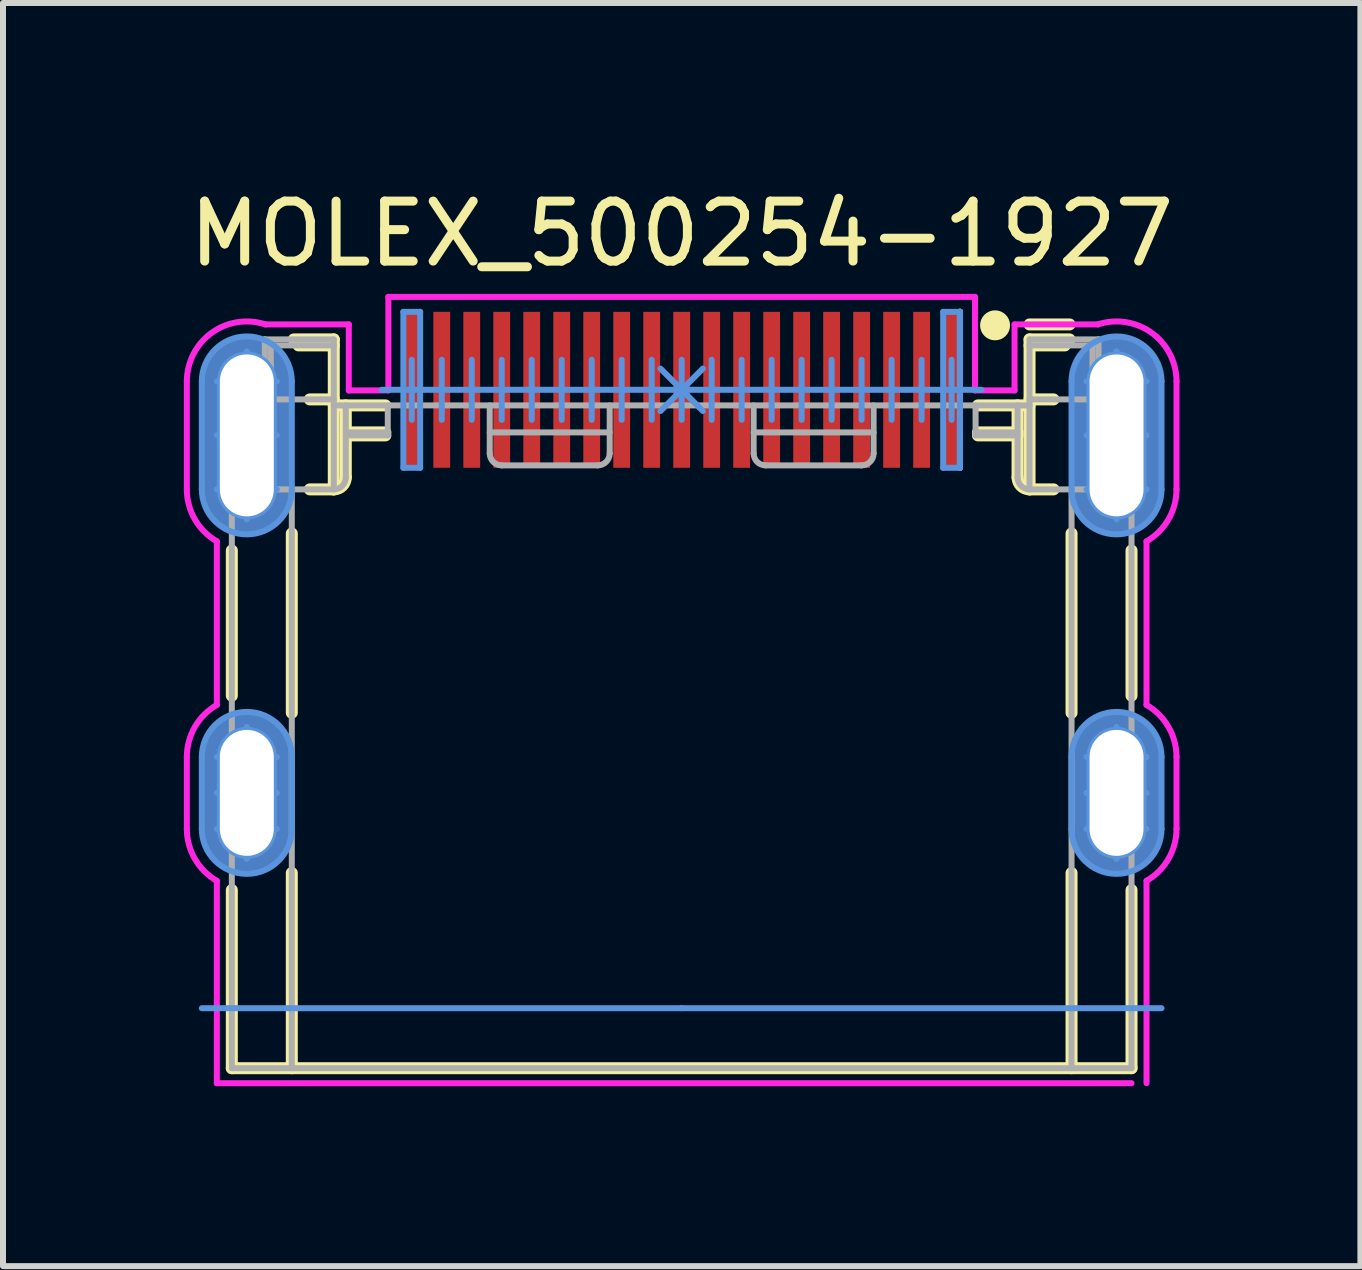
<source format=kicad_pcb>
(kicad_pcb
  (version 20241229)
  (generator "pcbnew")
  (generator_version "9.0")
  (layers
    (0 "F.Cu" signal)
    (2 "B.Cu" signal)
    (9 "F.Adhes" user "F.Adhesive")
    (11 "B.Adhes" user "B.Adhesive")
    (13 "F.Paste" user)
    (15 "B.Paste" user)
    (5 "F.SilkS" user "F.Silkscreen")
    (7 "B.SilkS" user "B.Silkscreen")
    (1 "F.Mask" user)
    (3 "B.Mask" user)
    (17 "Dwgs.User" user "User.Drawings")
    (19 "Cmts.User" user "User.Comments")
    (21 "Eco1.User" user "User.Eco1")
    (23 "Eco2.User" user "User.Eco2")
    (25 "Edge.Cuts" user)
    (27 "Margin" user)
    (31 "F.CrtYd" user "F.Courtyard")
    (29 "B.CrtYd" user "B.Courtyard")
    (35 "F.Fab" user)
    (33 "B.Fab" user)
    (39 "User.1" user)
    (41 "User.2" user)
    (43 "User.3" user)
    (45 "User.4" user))
  (footprint "MOLEX_500254-1927"
    (layer "F.Cu")
    (at 8.315 3.449)
    (property "Reference" "MOLEX_500254-1927" (at 0 -2.601 0) (layer "F.SilkS") (effects (font (size 1 1) (thickness 0.15))))
    (attr through_hole)
    (fp_line (start -7.5 5.1) (end -7.5 2.68) (stroke (width 0.2) (type solid)) (layer "F.SilkS"))
    (fp_line (start -7.5 11.31) (end -7.5 8.34) (stroke (width 0.2) (type solid)) (layer "F.SilkS"))
    (fp_line (start -7.5 11.31) (end 7.5 11.31) (stroke (width 0.2) (type solid)) (layer "F.SilkS"))
    (fp_line (start -6.5 5.385) (end -6.5 2.395) (stroke (width 0.2) (type solid)) (layer "F.SilkS"))
    (fp_line (start -6.5 11.31) (end -6.5 8.055) (stroke (width 0.2) (type solid)) (layer "F.SilkS"))
    (fp_line (start -6.467 -0.84) (end -5.8 -0.84) (stroke (width 0.2) (type solid)) (layer "F.SilkS"))
    (fp_line (start -6.388 -0.74) (end -5.8 -0.74) (stroke (width 0.2) (type solid)) (layer "F.SilkS"))
    (fp_line (start -6.2 0.16) (end -5.8 0.16) (stroke (width 0.2) (type solid)) (layer "F.SilkS"))
    (fp_line (start -6.2 1.66) (end -5.8 1.66) (stroke (width 0.2) (type solid)) (layer "F.SilkS"))
    (fp_line (start -5.8 0.26) (end -4.94 0.26) (stroke (width 0.2) (type solid)) (layer "F.SilkS"))
    (fp_line (start -5.8 1.66) (end -5.8 -0.84) (stroke (width 0.2) (type solid)) (layer "F.SilkS"))
    (fp_line (start -5.6 0.71) (end -5.6 0.26) (stroke (width 0.2) (type solid)) (layer "F.SilkS"))
    (fp_line (start -5.6 0.71) (end -4.94 0.71) (stroke (width 0.2) (type solid)) (layer "F.SilkS"))
    (fp_line (start -5.6 0.76) (end -4.94 0.76) (stroke (width 0.2) (type solid)) (layer "F.SilkS"))
    (fp_line (start -5.6 1.46) (end -5.6 0.76) (stroke (width 0.2) (type solid)) (layer "F.SilkS"))
    (fp_line (start 4.94 0.26) (end 5.8 0.26) (stroke (width 0.2) (type solid)) (layer "F.SilkS"))
    (fp_line (start 4.94 0.71) (end 5.6 0.71) (stroke (width 0.2) (type solid)) (layer "F.SilkS"))
    (fp_line (start 4.94 0.76) (end 5.6 0.76) (stroke (width 0.2) (type solid)) (layer "F.SilkS"))
    (fp_line (start 5.6 0.71) (end 5.6 0.26) (stroke (width 0.2) (type solid)) (layer "F.SilkS"))
    (fp_line (start 5.6 1.46) (end 5.6 0.76) (stroke (width 0.2) (type solid)) (layer "F.SilkS"))
    (fp_line (start 5.8 -1.09) (end 6.467 -1.09) (stroke (width 0.2) (type solid)) (layer "F.SilkS"))
    (fp_line (start 5.8 -0.84) (end 6.467 -0.84) (stroke (width 0.2) (type solid)) (layer "F.SilkS"))
    (fp_line (start 5.8 -0.74) (end 6.388 -0.74) (stroke (width 0.2) (type solid)) (layer "F.SilkS"))
    (fp_line (start 5.8 0.16) (end 6.2 0.16) (stroke (width 0.2) (type solid)) (layer "F.SilkS"))
    (fp_line (start 5.8 1.66) (end 5.8 -0.84) (stroke (width 0.2) (type solid)) (layer "F.SilkS"))
    (fp_line (start 5.8 1.66) (end 6.2 1.66) (stroke (width 0.2) (type solid)) (layer "F.SilkS"))
    (fp_line (start 6.5 5.385) (end 6.5 2.395) (stroke (width 0.2) (type solid)) (layer "F.SilkS"))
    (fp_line (start 6.5 11.31) (end 6.5 8.055) (stroke (width 0.2) (type solid)) (layer "F.SilkS"))
    (fp_line (start 7.5 2.68) (end 7.5 5.1) (stroke (width 0.2) (type solid)) (layer "F.SilkS"))
    (fp_line (start 7.5 11.31) (end 7.5 8.34) (stroke (width 0.2) (type solid)) (layer "F.SilkS"))
    (fp_arc (start -5.6 1.46) (mid -5.658579 1.601421) (end -5.8 1.66) (stroke (width 0.2) (type solid)) (layer "F.SilkS"))
    (fp_arc (start 5.8 1.66) (mid 5.658579 1.601421) (end 5.6 1.46) (stroke (width 0.2) (type solid)) (layer "F.SilkS"))
    (fp_circle (center 5.225 -1.075) (end 5.35 -1.075) (stroke (width 0.25) (type solid)) (fill no) (layer "F.SilkS"))
    (fp_line (start -8 1.66) (end -8 -0.14) (stroke (width 0.1) (type solid)) (layer "Cmts.User"))
    (fp_line (start -8 7.32) (end -8 6.12) (stroke (width 0.1) (type solid)) (layer "Cmts.User"))
    (fp_line (start -8 10.31) (end 0 10.31) (stroke (width 0.1) (type solid)) (layer "Cmts.User"))
    (fp_line (start -7.75 -0.14) (end -7.25 -0.14) (stroke (width 0.1) (type solid)) (layer "Cmts.User"))
    (fp_line (start -7.75 0.76) (end -7.25 0.76) (stroke (width 0.1) (type solid)) (layer "Cmts.User"))
    (fp_line (start -7.75 1.66) (end -7.25 1.66) (stroke (width 0.1) (type solid)) (layer "Cmts.User"))
    (fp_line (start -7.75 6.12) (end -7.25 6.12) (stroke (width 0.1) (type solid)) (layer "Cmts.User"))
    (fp_line (start -7.75 6.72) (end -7.25 6.72) (stroke (width 0.1) (type solid)) (layer "Cmts.User"))
    (fp_line (start -7.75 7.32) (end -7.25 7.32) (stroke (width 0.1) (type solid)) (layer "Cmts.User"))
    (fp_line (start -7.7 1.66) (end -7.7 -0.14) (stroke (width 0.1) (type solid)) (layer "Cmts.User"))
    (fp_line (start -7.7 7.32) (end -7.7 6.12) (stroke (width 0.1) (type solid)) (layer "Cmts.User"))
    (fp_line (start -7.25 -0.14) (end -7.25 -0.64) (stroke (width 0.1) (type solid)) (layer "Cmts.User"))
    (fp_line (start -7.25 -0.14) (end -6.75 -0.14) (stroke (width 0.1) (type solid)) (layer "Cmts.User"))
    (fp_line (start -7.25 0.76) (end -7.25 0.26) (stroke (width 0.1) (type solid)) (layer "Cmts.User"))
    (fp_line (start -7.25 0.76) (end -6.75 0.76) (stroke (width 0.1) (type solid)) (layer "Cmts.User"))
    (fp_line (start -7.25 1.26) (end -7.25 0.76) (stroke (width 0.1) (type solid)) (layer "Cmts.User"))
    (fp_line (start -7.25 1.66) (end -6.75 1.66) (stroke (width 0.1) (type solid)) (layer "Cmts.User"))
    (fp_line (start -7.25 2.16) (end -7.25 1.66) (stroke (width 0.1) (type solid)) (layer "Cmts.User"))
    (fp_line (start -7.25 6.12) (end -7.25 5.62) (stroke (width 0.1) (type solid)) (layer "Cmts.User"))
    (fp_line (start -7.25 6.12) (end -6.75 6.12) (stroke (width 0.1) (type solid)) (layer "Cmts.User"))
    (fp_line (start -7.25 6.72) (end -7.25 6.22) (stroke (width 0.1) (type solid)) (layer "Cmts.User"))
    (fp_line (start -7.25 6.72) (end -6.75 6.72) (stroke (width 0.1) (type solid)) (layer "Cmts.User"))
    (fp_line (start -7.25 7.22) (end -7.25 6.72) (stroke (width 0.1) (type solid)) (layer "Cmts.User"))
    (fp_line (start -7.25 7.32) (end -6.75 7.32) (stroke (width 0.1) (type solid)) (layer "Cmts.User"))
    (fp_line (start -7.25 7.82) (end -7.25 7.32) (stroke (width 0.1) (type solid)) (layer "Cmts.User"))
    (fp_line (start -6.8 1.66) (end -6.8 -0.14) (stroke (width 0.1) (type solid)) (layer "Cmts.User"))
    (fp_line (start -6.8 7.32) (end -6.8 6.12) (stroke (width 0.1) (type solid)) (layer "Cmts.User"))
    (fp_line (start -6.5 1.66) (end -6.5 -0.14) (stroke (width 0.1) (type solid)) (layer "Cmts.User"))
    (fp_line (start -6.5 6.12) (end -6.5 7.32) (stroke (width 0.1) (type solid)) (layer "Cmts.User"))
    (fp_line (start -5 0) (end -4.5 0) (stroke (width 0.1) (type solid)) (layer "Cmts.User"))
    (fp_line (start -4.64 -1.3) (end -4.36 -1.3) (stroke (width 0.1) (type solid)) (layer "Cmts.User"))
    (fp_line (start -4.64 1.3) (end -4.64 -1.3) (stroke (width 0.1) (type solid)) (layer "Cmts.User"))
    (fp_line (start -4.64 1.3) (end -4.36 1.3) (stroke (width 0.1) (type solid)) (layer "Cmts.User"))
    (fp_line (start -4.5 0) (end -4.5 -0.5) (stroke (width 0.1) (type solid)) (layer "Cmts.User"))
    (fp_line (start -4.5 0) (end 4.5 0) (stroke (width 0.1) (type solid)) (layer "Cmts.User"))
    (fp_line (start -4.5 0.5) (end -4.5 0) (stroke (width 0.1) (type solid)) (layer "Cmts.User"))
    (fp_line (start -4.36 1.3) (end -4.36 -1.3) (stroke (width 0.1) (type solid)) (layer "Cmts.User"))
    (fp_line (start -4 0) (end -4 -0.5) (stroke (width 0.1) (type solid)) (layer "Cmts.User"))
    (fp_line (start -4 0.5) (end -4 0) (stroke (width 0.1) (type solid)) (layer "Cmts.User"))
    (fp_line (start -3.5 0) (end -3.5 -0.5) (stroke (width 0.1) (type solid)) (layer "Cmts.User"))
    (fp_line (start -3.5 0.5) (end -3.5 0) (stroke (width 0.1) (type solid)) (layer "Cmts.User"))
    (fp_line (start -3 0) (end -3 -0.5) (stroke (width 0.1) (type solid)) (layer "Cmts.User"))
    (fp_line (start -3 0.5) (end -3 0) (stroke (width 0.1) (type solid)) (layer "Cmts.User"))
    (fp_line (start -2.5 0) (end -2.5 -0.5) (stroke (width 0.1) (type solid)) (layer "Cmts.User"))
    (fp_line (start -2.5 0.5) (end -2.5 0) (stroke (width 0.1) (type solid)) (layer "Cmts.User"))
    (fp_line (start -2 0) (end -2 -0.5) (stroke (width 0.1) (type solid)) (layer "Cmts.User"))
    (fp_line (start -2 0.5) (end -2 0) (stroke (width 0.1) (type solid)) (layer "Cmts.User"))
    (fp_line (start -1.5 0) (end -1.5 -0.5) (stroke (width 0.1) (type solid)) (layer "Cmts.User"))
    (fp_line (start -1.5 0.5) (end -1.5 0) (stroke (width 0.1) (type solid)) (layer "Cmts.User"))
    (fp_line (start -1 0) (end -1 -0.5) (stroke (width 0.1) (type solid)) (layer "Cmts.User"))
    (fp_line (start -1 0.5) (end -1 0) (stroke (width 0.1) (type solid)) (layer "Cmts.User"))
    (fp_line (start -0.5 0) (end -0.5 -0.5) (stroke (width 0.1) (type solid)) (layer "Cmts.User"))
    (fp_line (start -0.5 0.5) (end -0.5 0) (stroke (width 0.1) (type solid)) (layer "Cmts.User"))
    (fp_line (start -0.354 -0.354) (end 0 0) (stroke (width 0.1) (type solid)) (layer "Cmts.User"))
    (fp_line (start -0.354 0.354) (end 0 0) (stroke (width 0.1) (type solid)) (layer "Cmts.User"))
    (fp_line (start 0 0) (end 0 -0.5) (stroke (width 0.1) (type solid)) (layer "Cmts.User"))
    (fp_line (start 0 0) (end 0.354 -0.354) (stroke (width 0.1) (type solid)) (layer "Cmts.User"))
    (fp_line (start 0 0) (end 0.354 0.354) (stroke (width 0.1) (type solid)) (layer "Cmts.User"))
    (fp_line (start 0 0.5) (end 0 0) (stroke (width 0.1) (type solid)) (layer "Cmts.User"))
    (fp_line (start 0 10.31) (end 8 10.31) (stroke (width 0.1) (type solid)) (layer "Cmts.User"))
    (fp_line (start 0.5 0) (end 0.5 -0.5) (stroke (width 0.1) (type solid)) (layer "Cmts.User"))
    (fp_line (start 0.5 0.5) (end 0.5 0) (stroke (width 0.1) (type solid)) (layer "Cmts.User"))
    (fp_line (start 1 0) (end 1 -0.5) (stroke (width 0.1) (type solid)) (layer "Cmts.User"))
    (fp_line (start 1 0.5) (end 1 0) (stroke (width 0.1) (type solid)) (layer "Cmts.User"))
    (fp_line (start 1.5 0) (end 1.5 -0.5) (stroke (width 0.1) (type solid)) (layer "Cmts.User"))
    (fp_line (start 1.5 0.5) (end 1.5 0) (stroke (width 0.1) (type solid)) (layer "Cmts.User"))
    (fp_line (start 2 0) (end 2 -0.5) (stroke (width 0.1) (type solid)) (layer "Cmts.User"))
    (fp_line (start 2 0.5) (end 2 0) (stroke (width 0.1) (type solid)) (layer "Cmts.User"))
    (fp_line (start 2.5 0) (end 2.5 -0.5) (stroke (width 0.1) (type solid)) (layer "Cmts.User"))
    (fp_line (start 2.5 0.5) (end 2.5 0) (stroke (width 0.1) (type solid)) (layer "Cmts.User"))
    (fp_line (start 3 0) (end 3 -0.5) (stroke (width 0.1) (type solid)) (layer "Cmts.User"))
    (fp_line (start 3 0.5) (end 3 0) (stroke (width 0.1) (type solid)) (layer "Cmts.User"))
    (fp_line (start 3.5 0) (end 3.5 -0.5) (stroke (width 0.1) (type solid)) (layer "Cmts.User"))
    (fp_line (start 3.5 0.5) (end 3.5 0) (stroke (width 0.1) (type solid)) (layer "Cmts.User"))
    (fp_line (start 4 0) (end 4 -0.5) (stroke (width 0.1) (type solid)) (layer "Cmts.User"))
    (fp_line (start 4 0.5) (end 4 0) (stroke (width 0.1) (type solid)) (layer "Cmts.User"))
    (fp_line (start 4.36 -1.3) (end 4.64 -1.3) (stroke (width 0.1) (type solid)) (layer "Cmts.User"))
    (fp_line (start 4.36 1.3) (end 4.36 -1.3) (stroke (width 0.1) (type solid)) (layer "Cmts.User"))
    (fp_line (start 4.36 1.3) (end 4.64 1.3) (stroke (width 0.1) (type solid)) (layer "Cmts.User"))
    (fp_line (start 4.5 0) (end 4.5 -0.5) (stroke (width 0.1) (type solid)) (layer "Cmts.User"))
    (fp_line (start 4.5 0) (end 5 0) (stroke (width 0.1) (type solid)) (layer "Cmts.User"))
    (fp_line (start 4.5 0.5) (end 4.5 0) (stroke (width 0.1) (type solid)) (layer "Cmts.User"))
    (fp_line (start 4.64 1.3) (end 4.64 -1.3) (stroke (width 0.1) (type solid)) (layer "Cmts.User"))
    (fp_line (start 4.64 1.3) (end 4.64 -1.3) (stroke (width 0.1) (type solid)) (layer "Cmts.User"))
    (fp_line (start 4.64 1.3) (end 4.64 -1.3) (stroke (width 0.1) (type solid)) (layer "Cmts.User"))
    (fp_line (start 4.64 1.3) (end 4.64 -1.3) (stroke (width 0.1) (type solid)) (layer "Cmts.User"))
    (fp_line (start 4.64 1.3) (end 4.64 -1.3) (stroke (width 0.1) (type solid)) (layer "Cmts.User"))
    (fp_line (start 4.64 1.3) (end 4.64 -1.3) (stroke (width 0.1) (type solid)) (layer "Cmts.User"))
    (fp_line (start 4.64 1.3) (end 4.64 -1.3) (stroke (width 0.1) (type solid)) (layer "Cmts.User"))
    (fp_line (start 4.64 1.3) (end 4.64 -1.3) (stroke (width 0.1) (type solid)) (layer "Cmts.User"))
    (fp_line (start 4.64 1.3) (end 4.64 -1.3) (stroke (width 0.1) (type solid)) (layer "Cmts.User"))
    (fp_line (start 4.64 1.3) (end 4.64 -1.3) (stroke (width 0.1) (type solid)) (layer "Cmts.User"))
    (fp_line (start 4.64 1.3) (end 4.64 -1.3) (stroke (width 0.1) (type solid)) (layer "Cmts.User"))
    (fp_line (start 6.5 1.66) (end 6.5 -0.14) (stroke (width 0.1) (type solid)) (layer "Cmts.User"))
    (fp_line (start 6.5 7.32) (end 6.5 6.12) (stroke (width 0.1) (type solid)) (layer "Cmts.User"))
    (fp_line (start 6.75 -0.14) (end 7.25 -0.14) (stroke (width 0.1) (type solid)) (layer "Cmts.User"))
    (fp_line (start 6.75 0.76) (end 7.25 0.76) (stroke (width 0.1) (type solid)) (layer "Cmts.User"))
    (fp_line (start 6.75 1.66) (end 7.25 1.66) (stroke (width 0.1) (type solid)) (layer "Cmts.User"))
    (fp_line (start 6.75 6.12) (end 7.25 6.12) (stroke (width 0.1) (type solid)) (layer "Cmts.User"))
    (fp_line (start 6.75 6.72) (end 7.25 6.72) (stroke (width 0.1) (type solid)) (layer "Cmts.User"))
    (fp_line (start 6.75 7.32) (end 7.25 7.32) (stroke (width 0.1) (type solid)) (layer "Cmts.User"))
    (fp_line (start 6.8 1.66) (end 6.8 -0.14) (stroke (width 0.1) (type solid)) (layer "Cmts.User"))
    (fp_line (start 6.8 7.32) (end 6.8 6.12) (stroke (width 0.1) (type solid)) (layer "Cmts.User"))
    (fp_line (start 7.25 -0.14) (end 7.25 -0.64) (stroke (width 0.1) (type solid)) (layer "Cmts.User"))
    (fp_line (start 7.25 -0.14) (end 7.75 -0.14) (stroke (width 0.1) (type solid)) (layer "Cmts.User"))
    (fp_line (start 7.25 0.76) (end 7.25 0.26) (stroke (width 0.1) (type solid)) (layer "Cmts.User"))
    (fp_line (start 7.25 0.76) (end 7.75 0.76) (stroke (width 0.1) (type solid)) (layer "Cmts.User"))
    (fp_line (start 7.25 1.26) (end 7.25 0.76) (stroke (width 0.1) (type solid)) (layer "Cmts.User"))
    (fp_line (start 7.25 1.66) (end 7.75 1.66) (stroke (width 0.1) (type solid)) (layer "Cmts.User"))
    (fp_line (start 7.25 2.16) (end 7.25 1.66) (stroke (width 0.1) (type solid)) (layer "Cmts.User"))
    (fp_line (start 7.25 6.12) (end 7.25 5.62) (stroke (width 0.1) (type solid)) (layer "Cmts.User"))
    (fp_line (start 7.25 6.12) (end 7.75 6.12) (stroke (width 0.1) (type solid)) (layer "Cmts.User"))
    (fp_line (start 7.25 6.72) (end 7.25 6.22) (stroke (width 0.1) (type solid)) (layer "Cmts.User"))
    (fp_line (start 7.25 6.72) (end 7.75 6.72) (stroke (width 0.1) (type solid)) (layer "Cmts.User"))
    (fp_line (start 7.25 7.22) (end 7.25 6.72) (stroke (width 0.1) (type solid)) (layer "Cmts.User"))
    (fp_line (start 7.25 7.32) (end 7.75 7.32) (stroke (width 0.1) (type solid)) (layer "Cmts.User"))
    (fp_line (start 7.25 7.82) (end 7.25 7.32) (stroke (width 0.1) (type solid)) (layer "Cmts.User"))
    (fp_line (start 7.7 1.66) (end 7.7 -0.14) (stroke (width 0.1) (type solid)) (layer "Cmts.User"))
    (fp_line (start 7.7 7.32) (end 7.7 6.12) (stroke (width 0.1) (type solid)) (layer "Cmts.User"))
    (fp_line (start 8 1.66) (end 8 -0.14) (stroke (width 0.1) (type solid)) (layer "Cmts.User"))
    (fp_line (start 8 7.32) (end 8 6.12) (stroke (width 0.1) (type solid)) (layer "Cmts.User"))
    (fp_arc (start -8 -0.14) (mid -7.25 -0.89) (end -6.5 -0.14) (stroke (width 0.1) (type solid)) (layer "Cmts.User"))
    (fp_arc (start -8 6.12) (mid -7.25 5.37) (end -6.5 6.12) (stroke (width 0.1) (type solid)) (layer "Cmts.User"))
    (fp_arc (start -7.7 -0.14) (mid -7.25 -0.59) (end -6.8 -0.14) (stroke (width 0.1) (type solid)) (layer "Cmts.User"))
    (fp_arc (start -7.7 6.12) (mid -7.25 5.67) (end -6.8 6.12) (stroke (width 0.1) (type solid)) (layer "Cmts.User"))
    (fp_arc (start -6.8 1.66) (mid -7.25 2.11) (end -7.7 1.66) (stroke (width 0.1) (type solid)) (layer "Cmts.User"))
    (fp_arc (start -6.8 7.32) (mid -7.25 7.77) (end -7.7 7.32) (stroke (width 0.1) (type solid)) (layer "Cmts.User"))
    (fp_arc (start -6.5 1.66) (mid -7.25 2.41) (end -8 1.66) (stroke (width 0.1) (type solid)) (layer "Cmts.User"))
    (fp_arc (start -6.5 7.32) (mid -7.25 8.07) (end -8 7.32) (stroke (width 0.1) (type solid)) (layer "Cmts.User"))
    (fp_arc (start 6.5 -0.14) (mid 7.25 -0.89) (end 8 -0.14) (stroke (width 0.1) (type solid)) (layer "Cmts.User"))
    (fp_arc (start 6.5 6.12) (mid 7.25 5.37) (end 8 6.12) (stroke (width 0.1) (type solid)) (layer "Cmts.User"))
    (fp_arc (start 6.8 -0.14) (mid 7.25 -0.59) (end 7.7 -0.14) (stroke (width 0.1) (type solid)) (layer "Cmts.User"))
    (fp_arc (start 6.8 6.12) (mid 7.25 5.67) (end 7.7 6.12) (stroke (width 0.1) (type solid)) (layer "Cmts.User"))
    (fp_arc (start 7.7 1.66) (mid 7.25 2.11) (end 6.8 1.66) (stroke (width 0.1) (type solid)) (layer "Cmts.User"))
    (fp_arc (start 7.7 7.32) (mid 7.25 7.77) (end 6.8 7.32) (stroke (width 0.1) (type solid)) (layer "Cmts.User"))
    (fp_arc (start 8 1.66) (mid 7.25 2.41) (end 6.5 1.66) (stroke (width 0.1) (type solid)) (layer "Cmts.User"))
    (fp_arc (start 8 7.32) (mid 7.25 8.07) (end 6.5 7.32) (stroke (width 0.1) (type solid)) (layer "Cmts.User"))
    (fp_line (start -8.25 1.66) (end -8.25 -0.14) (stroke (width 0.1) (type solid)) (layer "F.CrtYd"))
    (fp_line (start -8.25 7.32) (end -8.25 6.12) (stroke (width 0.1) (type solid)) (layer "F.CrtYd"))
    (fp_line (start -7.75 5.254) (end -7.75 2.526) (stroke (width 0.1) (type solid)) (layer "F.CrtYd"))
    (fp_line (start -7.75 11.56) (end -7.75 8.186) (stroke (width 0.1) (type solid)) (layer "F.CrtYd"))
    (fp_line (start -7.75 11.56) (end 7.5 11.56) (stroke (width 0.1) (type solid)) (layer "F.CrtYd"))
    (fp_line (start -6.938 -1.09) (end -5.55 -1.09) (stroke (width 0.1) (type solid)) (layer "F.CrtYd"))
    (fp_line (start -5.55 0.01) (end -5.55 -1.09) (stroke (width 0.1) (type solid)) (layer "F.CrtYd"))
    (fp_line (start -5.55 0.01) (end -4.89 0.01) (stroke (width 0.1) (type solid)) (layer "F.CrtYd"))
    (fp_line (start -4.89 -1.55) (end 4.89 -1.55) (stroke (width 0.1) (type solid)) (layer "F.CrtYd"))
    (fp_line (start -4.89 0.01) (end -4.89 -1.55) (stroke (width 0.1) (type solid)) (layer "F.CrtYd"))
    (fp_line (start 4.89 0.01) (end 4.89 -1.55) (stroke (width 0.1) (type solid)) (layer "F.CrtYd"))
    (fp_line (start 4.89 0.01) (end 5.55 0.01) (stroke (width 0.1) (type solid)) (layer "F.CrtYd"))
    (fp_line (start 5.55 -1.09) (end 6.938 -1.09) (stroke (width 0.1) (type solid)) (layer "F.CrtYd"))
    (fp_line (start 5.55 0.01) (end 5.55 -1.09) (stroke (width 0.1) (type solid)) (layer "F.CrtYd"))
    (fp_line (start 7.75 5.254) (end 7.75 2.526) (stroke (width 0.1) (type solid)) (layer "F.CrtYd"))
    (fp_line (start 7.75 11.56) (end 7.75 8.186) (stroke (width 0.1) (type solid)) (layer "F.CrtYd"))
    (fp_line (start 8.25 1.66) (end 8.25 -0.14) (stroke (width 0.1) (type solid)) (layer "F.CrtYd"))
    (fp_line (start 8.25 7.32) (end 8.25 6.12) (stroke (width 0.1) (type solid)) (layer "F.CrtYd"))
    (fp_arc (start -8.249978 6.120013) (mid -8.116013 5.620022) (end -7.75 5.254) (stroke (width 0.1) (type solid)) (layer "F.CrtYd"))
    (fp_arc (start -8.249917 -0.143163) (mid -7.835177 -0.950809) (end -6.938 -1.09) (stroke (width 0.1) (type solid)) (layer "F.CrtYd"))
    (fp_arc (start -7.75 2.526025) (mid -8.116025 2.16) (end -8.25 1.66) (stroke (width 0.1) (type solid)) (layer "F.CrtYd"))
    (fp_arc (start -7.75 8.186025) (mid -8.116025 7.82) (end -8.25 7.32) (stroke (width 0.1) (type solid)) (layer "F.CrtYd"))
    (fp_arc (start 6.940983 -1.091057) (mid 7.837786 -0.949017) (end 8.25 -0.14) (stroke (width 0.1) (type solid)) (layer "F.CrtYd"))
    (fp_arc (start 7.75 5.253975) (mid 8.116025 5.62) (end 8.25 6.12) (stroke (width 0.1) (type solid)) (layer "F.CrtYd"))
    (fp_arc (start 8.249978 1.659987) (mid 8.116013 2.159978) (end 7.75 2.526) (stroke (width 0.1) (type solid)) (layer "F.CrtYd"))
    (fp_arc (start 8.249978 7.319987) (mid 8.116013 7.819978) (end 7.75 8.186) (stroke (width 0.1) (type solid)) (layer "F.CrtYd"))
    (fp_line (start -7.5 -0.24) (end -7 -0.24) (stroke (width 0.1) (type solid)) (layer "F.Fab"))
    (fp_line (start -7.5 1.06) (end -7 1.06) (stroke (width 0.1) (type solid)) (layer "F.Fab"))
    (fp_line (start -7.5 1.66) (end -5.8 1.66) (stroke (width 0.1) (type solid)) (layer "F.Fab"))
    (fp_line (start -7.5 11.31) (end -7.5 -0.24) (stroke (width 0.1) (type solid)) (layer "F.Fab"))
    (fp_line (start -7.5 11.31) (end 7.5 11.31) (stroke (width 0.1) (type solid)) (layer "F.Fab"))
    (fp_line (start -7.15 0.31) (end -7 0.31) (stroke (width 0.1) (type solid)) (layer "F.Fab"))
    (fp_line (start -7 0.16) (end -5.8 0.16) (stroke (width 0.1) (type solid)) (layer "F.Fab"))
    (fp_line (start -7 1.66) (end -7 -0.24) (stroke (width 0.1) (type solid)) (layer "F.Fab"))
    (fp_line (start -6.95 -0.84) (end -6.85 -0.74) (stroke (width 0.1) (type solid)) (layer "F.Fab"))
    (fp_line (start -6.95 -0.84) (end -5.8 -0.84) (stroke (width 0.1) (type solid)) (layer "F.Fab"))
    (fp_line (start -6.95 0.16) (end -6.95 -0.84) (stroke (width 0.1) (type solid)) (layer "F.Fab"))
    (fp_line (start -6.85 -0.74) (end -5.8 -0.74) (stroke (width 0.1) (type solid)) (layer "F.Fab"))
    (fp_line (start -6.85 0.16) (end -6.85 -0.74) (stroke (width 0.1) (type solid)) (layer "F.Fab"))
    (fp_line (start -6.5 11.31) (end -6.5 1.66) (stroke (width 0.1) (type solid)) (layer "F.Fab"))
    (fp_line (start -5.8 0.26) (end 5.8 0.26) (stroke (width 0.1) (type solid)) (layer "F.Fab"))
    (fp_line (start -5.8 1.66) (end -5.8 -0.84) (stroke (width 0.1) (type solid)) (layer "F.Fab"))
    (fp_line (start -5.6 0.71) (end -5.6 0.26) (stroke (width 0.1) (type solid)) (layer "F.Fab"))
    (fp_line (start -5.6 0.71) (end -4.9 0.71) (stroke (width 0.1) (type solid)) (layer "F.Fab"))
    (fp_line (start -5.6 0.76) (end -4.9 0.76) (stroke (width 0.1) (type solid)) (layer "F.Fab"))
    (fp_line (start -5.6 1.46) (end -5.6 0.76) (stroke (width 0.1) (type solid)) (layer "F.Fab"))
    (fp_line (start -4.9 0.76) (end -4.9 0.26) (stroke (width 0.1) (type solid)) (layer "F.Fab"))
    (fp_line (start -3.2 0.71) (end -1.2 0.71) (stroke (width 0.1) (type solid)) (layer "F.Fab"))
    (fp_line (start -3.2 1.06) (end -3.2 0.26) (stroke (width 0.1) (type solid)) (layer "F.Fab"))
    (fp_line (start -3 1.26) (end -1.4 1.26) (stroke (width 0.1) (type solid)) (layer "F.Fab"))
    (fp_line (start -1.2 1.06) (end -1.2 0.26) (stroke (width 0.1) (type solid)) (layer "F.Fab"))
    (fp_line (start 1.2 0.71) (end 3.2 0.71) (stroke (width 0.1) (type solid)) (layer "F.Fab"))
    (fp_line (start 1.2 1.06) (end 1.2 0.26) (stroke (width 0.1) (type solid)) (layer "F.Fab"))
    (fp_line (start 1.4 1.26) (end 3 1.26) (stroke (width 0.1) (type solid)) (layer "F.Fab"))
    (fp_line (start 3.2 1.06) (end 3.2 0.26) (stroke (width 0.1) (type solid)) (layer "F.Fab"))
    (fp_line (start 4.9 0.71) (end 5.6 0.71) (stroke (width 0.1) (type solid)) (layer "F.Fab"))
    (fp_line (start 4.9 0.76) (end 4.9 0.26) (stroke (width 0.1) (type solid)) (layer "F.Fab"))
    (fp_line (start 4.9 0.76) (end 5.6 0.76) (stroke (width 0.1) (type solid)) (layer "F.Fab"))
    (fp_line (start 5.6 0.71) (end 5.6 0.26) (stroke (width 0.1) (type solid)) (layer "F.Fab"))
    (fp_line (start 5.6 1.46) (end 5.6 0.76) (stroke (width 0.1) (type solid)) (layer "F.Fab"))
    (fp_line (start 5.8 -0.84) (end 6.95 -0.84) (stroke (width 0.1) (type solid)) (layer "F.Fab"))
    (fp_line (start 5.8 -0.74) (end 6.85 -0.74) (stroke (width 0.1) (type solid)) (layer "F.Fab"))
    (fp_line (start 5.8 0.16) (end 7 0.16) (stroke (width 0.1) (type solid)) (layer "F.Fab"))
    (fp_line (start 5.8 1.66) (end 5.8 -0.84) (stroke (width 0.1) (type solid)) (layer "F.Fab"))
    (fp_line (start 5.8 1.66) (end 7.5 1.66) (stroke (width 0.1) (type solid)) (layer "F.Fab"))
    (fp_line (start 6.5 11.31) (end 6.5 1.66) (stroke (width 0.1) (type solid)) (layer "F.Fab"))
    (fp_line (start 6.85 -0.74) (end 6.95 -0.84) (stroke (width 0.1) (type solid)) (layer "F.Fab"))
    (fp_line (start 6.85 0.16) (end 6.85 -0.74) (stroke (width 0.1) (type solid)) (layer "F.Fab"))
    (fp_line (start 6.95 0.16) (end 6.95 -0.84) (stroke (width 0.1) (type solid)) (layer "F.Fab"))
    (fp_line (start 7 -0.24) (end 7.5 -0.24) (stroke (width 0.1) (type solid)) (layer "F.Fab"))
    (fp_line (start 7 0.31) (end 7.15 0.31) (stroke (width 0.1) (type solid)) (layer "F.Fab"))
    (fp_line (start 7 1.06) (end 7.5 1.06) (stroke (width 0.1) (type solid)) (layer "F.Fab"))
    (fp_line (start 7 1.66) (end 7 -0.24) (stroke (width 0.1) (type solid)) (layer "F.Fab"))
    (fp_line (start 7.5 11.31) (end 7.5 -0.24) (stroke (width 0.1) (type solid)) (layer "F.Fab"))
    (fp_arc (start -7.5 0.66) (mid -7.397487 0.412513) (end -7.15 0.31) (stroke (width 0.1) (type solid)) (layer "F.Fab"))
    (fp_arc (start -5.6 1.46) (mid -5.658579 1.601421) (end -5.8 1.66) (stroke (width 0.1) (type solid)) (layer "F.Fab"))
    (fp_arc (start -3 1.26) (mid -3.141421 1.201421) (end -3.2 1.06) (stroke (width 0.1) (type solid)) (layer "F.Fab"))
    (fp_arc (start -1.2 1.06) (mid -1.258579 1.201421) (end -1.4 1.26) (stroke (width 0.1) (type solid)) (layer "F.Fab"))
    (fp_arc (start 1.4 1.26) (mid 1.258579 1.201421) (end 1.2 1.06) (stroke (width 0.1) (type solid)) (layer "F.Fab"))
    (fp_arc (start 3.2 1.06) (mid 3.141421 1.201421) (end 3 1.26) (stroke (width 0.1) (type solid)) (layer "F.Fab"))
    (fp_arc (start 5.8 1.66) (mid 5.658579 1.601421) (end 5.6 1.46) (stroke (width 0.1) (type solid)) (layer "F.Fab"))
    (fp_arc (start 7.15 0.31) (mid 7.397487 0.412513) (end 7.5 0.66) (stroke (width 0.1) (type solid)) (layer "F.Fab"))
    (pad "1" smd rect (at 4.5 0 180) (size 0.28 2.6) (layers "F.Cu" "F.Mask" "F.Paste"))
    (pad "2" smd rect (at 4 0 180) (size 0.28 2.6) (layers "F.Cu" "F.Mask" "F.Paste"))
    (pad "3" smd rect (at 3.5 0 180) (size 0.28 2.6) (layers "F.Cu" "F.Mask" "F.Paste"))
    (pad "4" smd rect (at 3 0 180) (size 0.28 2.6) (layers "F.Cu" "F.Mask" "F.Paste"))
    (pad "5" smd rect (at 2.5 0 180) (size 0.28 2.6) (layers "F.Cu" "F.Mask" "F.Paste"))
    (pad "6" smd rect (at 2 0 180) (size 0.28 2.6) (layers "F.Cu" "F.Mask" "F.Paste"))
    (pad "7" smd rect (at 1.5 0 180) (size 0.28 2.6) (layers "F.Cu" "F.Mask" "F.Paste"))
    (pad "8" smd rect (at 1 0 180) (size 0.28 2.6) (layers "F.Cu" "F.Mask" "F.Paste"))
    (pad "9" smd rect (at 0.5 0 180) (size 0.28 2.6) (layers "F.Cu" "F.Mask" "F.Paste"))
    (pad "10" smd rect (at 0 0 180) (size 0.28 2.6) (layers "F.Cu" "F.Mask" "F.Paste"))
    (pad "11" smd rect (at -0.5 0 180) (size 0.28 2.6) (layers "F.Cu" "F.Mask" "F.Paste"))
    (pad "12" smd rect (at -1 0 180) (size 0.28 2.6) (layers "F.Cu" "F.Mask" "F.Paste"))
    (pad "13" smd rect (at -1.5 0 180) (size 0.28 2.6) (layers "F.Cu" "F.Mask" "F.Paste"))
    (pad "14" smd rect (at -2 0 180) (size 0.28 2.6) (layers "F.Cu" "F.Mask" "F.Paste"))
    (pad "15" smd rect (at -2.5 0 180) (size 0.28 2.6) (layers "F.Cu" "F.Mask" "F.Paste"))
    (pad "16" smd rect (at -3 0 180) (size 0.28 2.6) (layers "F.Cu" "F.Mask" "F.Paste"))
    (pad "17" smd rect (at -3.5 0 180) (size 0.28 2.6) (layers "F.Cu" "F.Mask" "F.Paste"))
    (pad "18" smd rect (at -4 0 180) (size 0.28 2.6) (layers "F.Cu" "F.Mask" "F.Paste"))
    (pad "19" smd rect (at -4.5 0 180) (size 0.28 2.6) (layers "F.Cu" "F.Mask" "F.Paste"))
    (pad "SHIE" thru_hole roundrect (at -7.25 0.76) (size 1.5 3.3) (drill oval 0.9 2.7) (layers "*.Cu" "*.Mask") (roundrect_rratio 0.5))
    (pad "SHIE" thru_hole roundrect (at -7.25 6.72) (size 1.5 2.7) (drill oval 0.9 2.1) (layers "*.Cu" "*.Mask") (roundrect_rratio 0.5))
    (pad "SHIE" thru_hole roundrect (at 7.25 0.76) (size 1.5 3.3) (drill oval 0.9 2.7) (layers "*.Cu" "*.Mask") (roundrect_rratio 0.5))
    (pad "SHIE" thru_hole roundrect (at 7.25 6.72) (size 1.5 2.7) (drill oval 0.9 2.1) (layers "*.Cu" "*.Mask") (roundrect_rratio 0.5)))
  (gr_rect
    (start -3 -3)
    (end 19.631 18.059)
    (stroke (width 0.1) (type default))
    (fill no)
    (layer "Edge.Cuts")))
</source>
